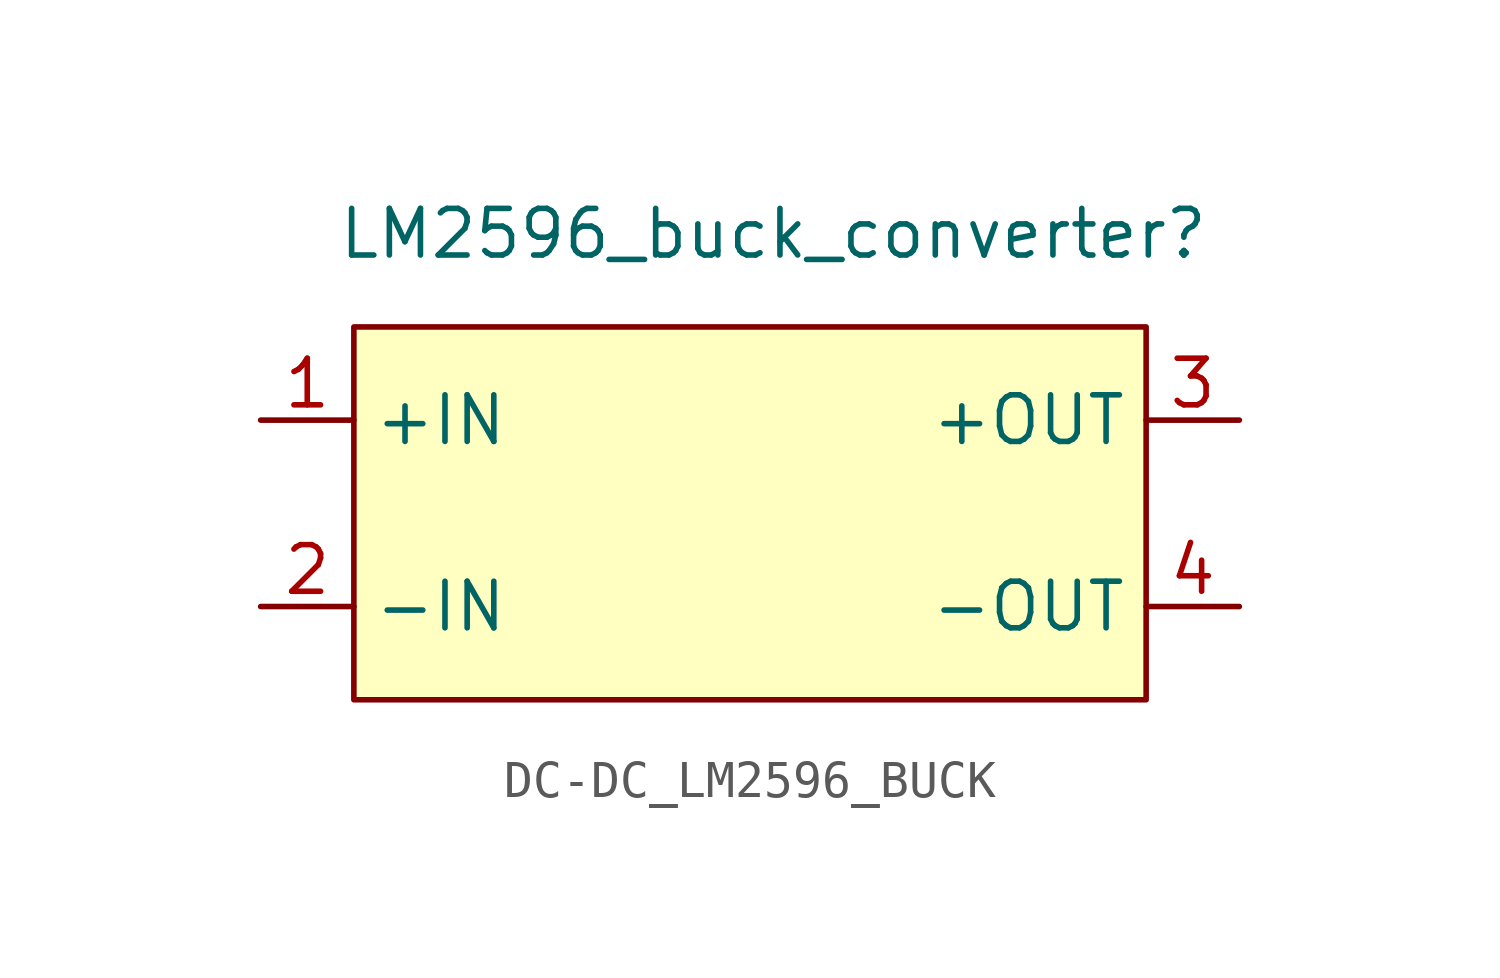
<source format=kicad_sym>
(kicad_symbol_lib
  (version 20220914)
  (generator kicad_symbol_editor)
  (symbol "DC-DC_LM2596_BUCK"
    (property "Reference" "LM2596_buck_converter"
      (at 6.35 7.62 0)
      (effects (font (size 1.27 1.27))))
    (property "Value" ""
      (at 0 0 0)
      (effects (font (size 1.27 1.27))))
    (symbol "DC-DC_LM2596_BUCK_1_1"
      (rectangle (start -5.08 5.08) (end 16.51 -5.08) (stroke (width 0) (type default)) (fill (type background)))
      (pin power_in line (at -7.62 2.54 0) (length 2.54) (name "+IN" (effects (font (size 1.27 1.27)))) (number "1" (effects (font (size 1.27 1.27)))))
      (pin power_in line (at -7.62 -2.54 0) (length 2.54) (name "-IN" (effects (font (size 1.27 1.27)))) (number "2" (effects (font (size 1.27 1.27)))))
      (pin power_out line (at 19.05 2.54 180) (length 2.54) (name "+OUT" (effects (font (size 1.27 1.27)))) (number "3" (effects (font (size 1.27 1.27)))))
      (pin passive line (at 19.05 -2.54 180) (length 2.54) (name "-OUT" (effects (font (size 1.27 1.27)))) (number "4" (effects (font (size 1.27 1.27))))))))
</source>
